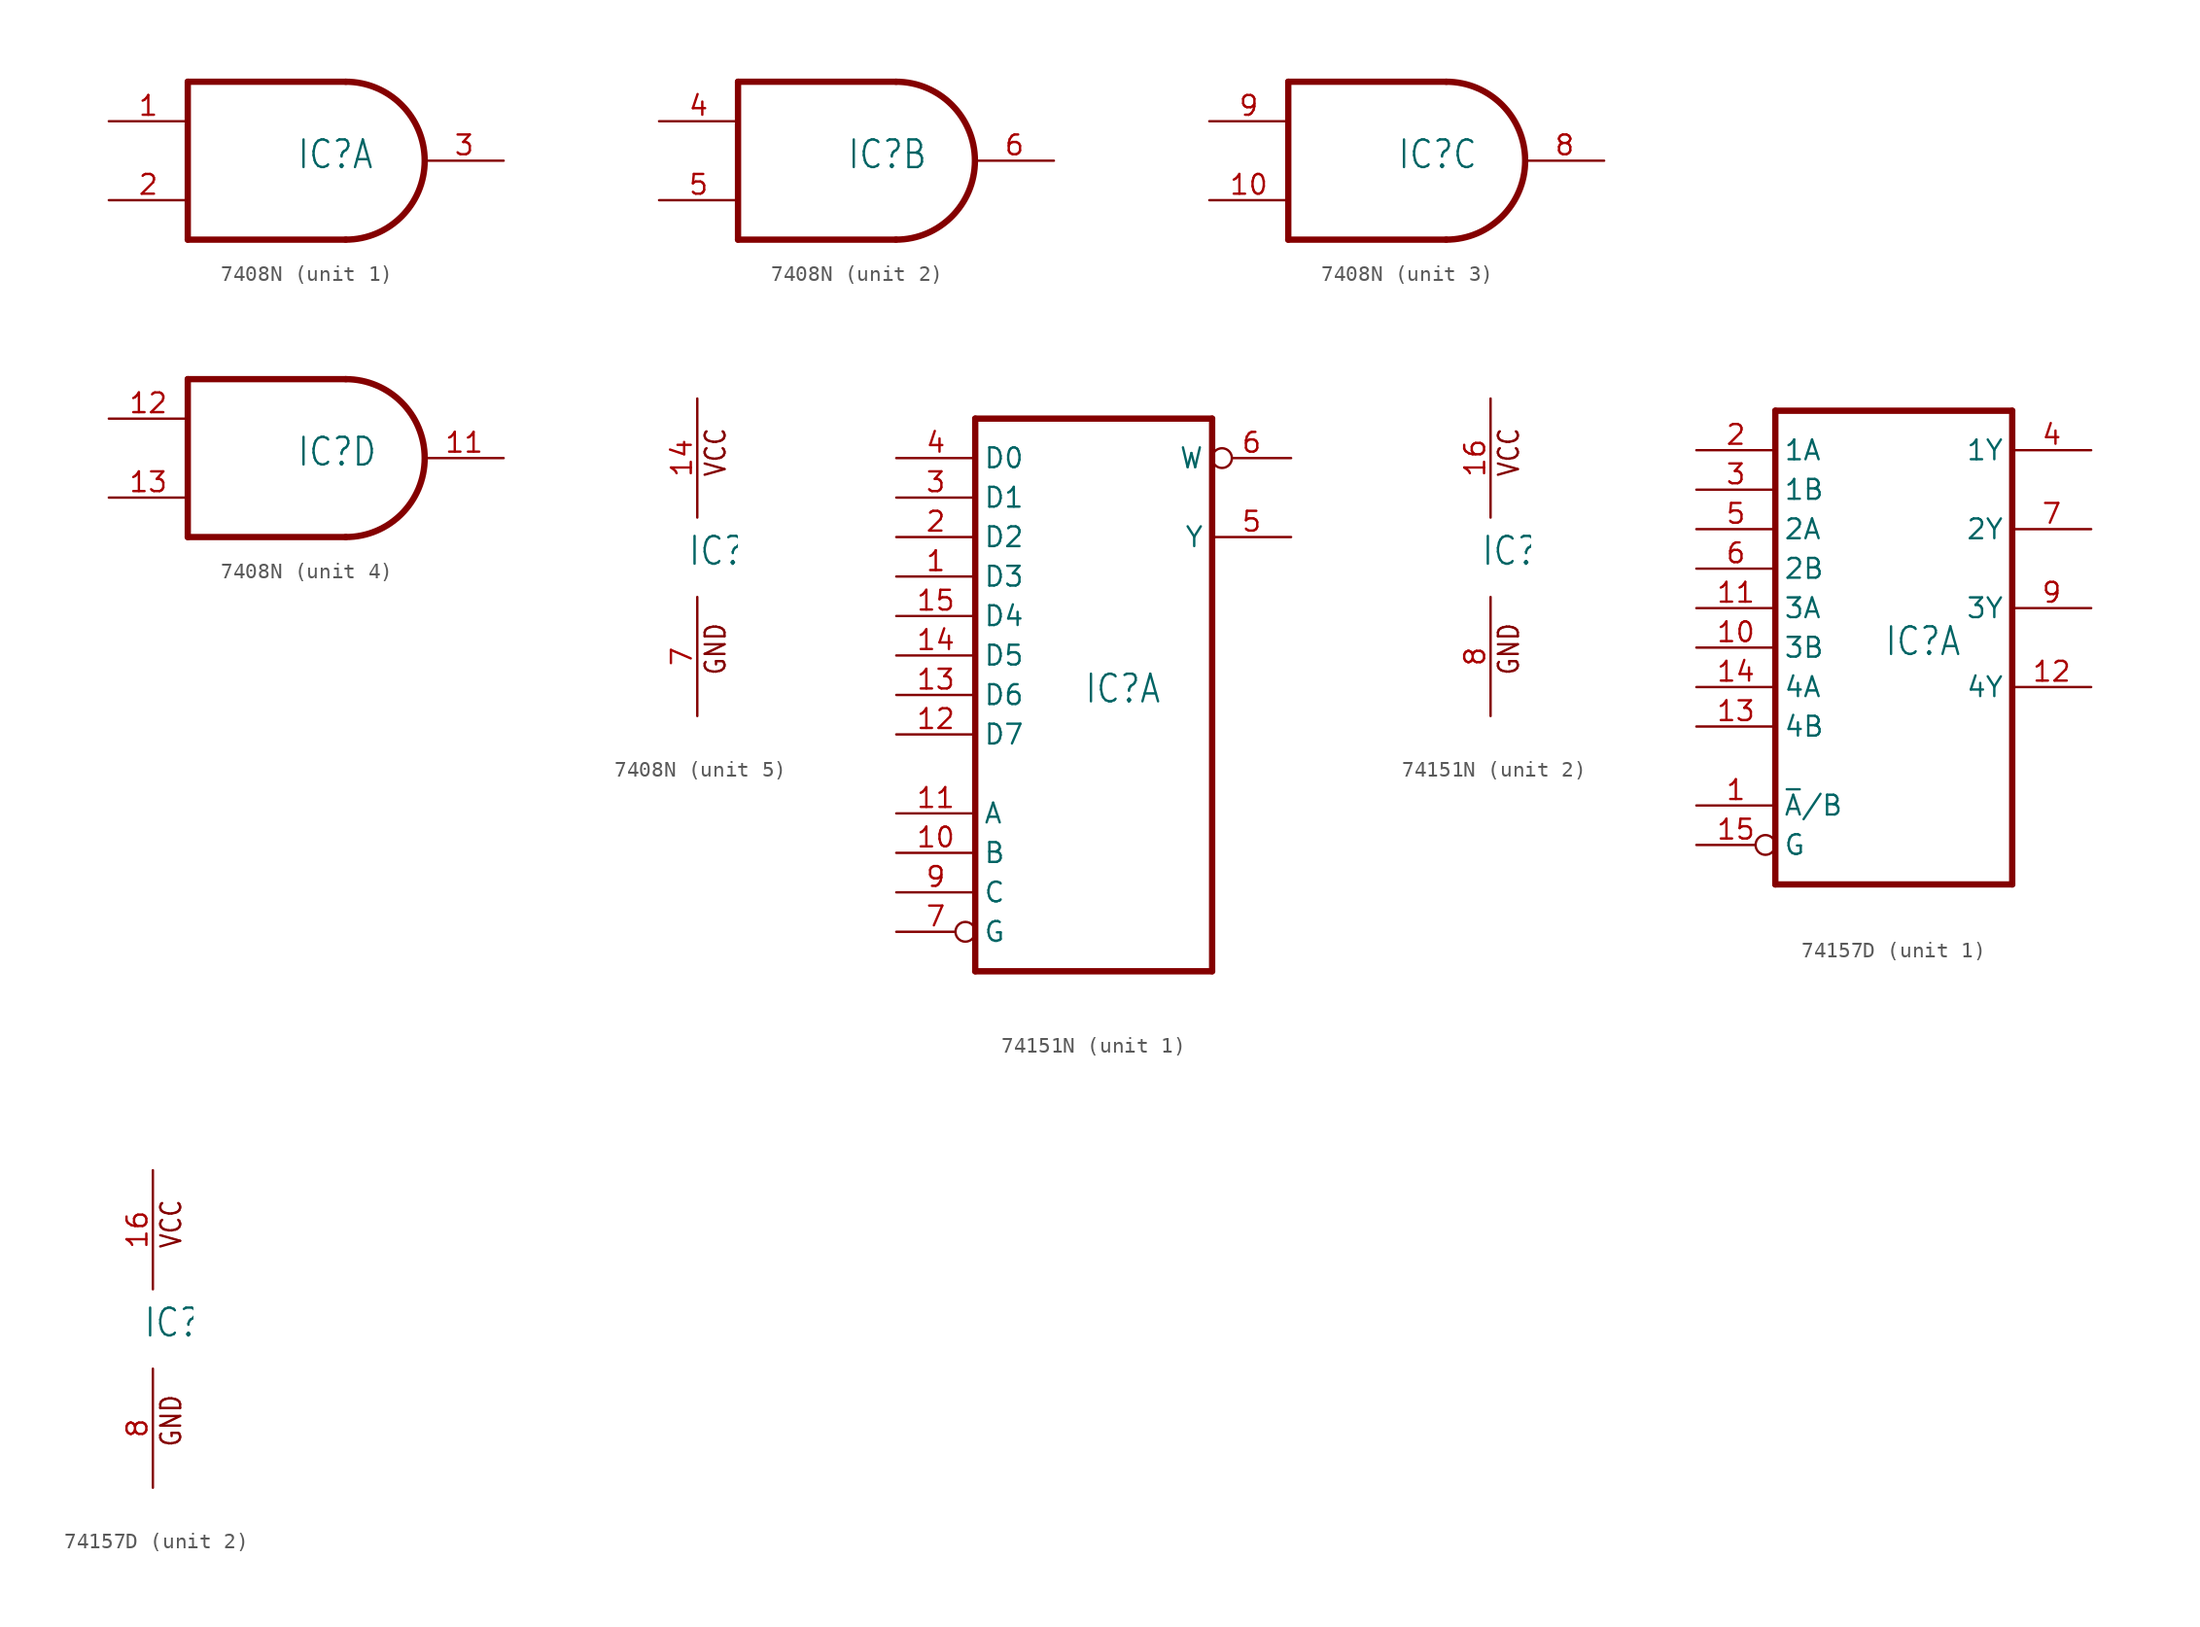
<source format=kicad_sym>
(kicad_symbol_lib
  (version 20231120)
  (generator "kicad_symbol_editor")
  (generator_version "8.0")
  (symbol "7408N"
    (property "Reference" "IC"
      (at -0.635 -0.635 0)
      (effects (font (size 1.778 1.511)) (justify left bottom)))
    (property "ki_locked" ""
      (at 0 0 0)
      (effects (font (size 1.27 1.27))))
    (symbol "7408N_1_0"
      (polyline (pts (xy -7.62 -5.08) (xy 2.54 -5.08)) (stroke (width 0.406) (type solid)) (fill (type none)))
      (polyline (pts (xy -7.62 5.08) (xy -7.62 -5.08)) (stroke (width 0.406) (type solid)) (fill (type none)))
      (polyline (pts (xy 2.54 5.08) (xy -7.62 5.08)) (stroke (width 0.406) (type solid)) (fill (type none)))
      (arc (start 2.5398 -5.08) (mid 7.5977 -0.0001) (end 2.54 5.08) (stroke (width 0.4064) (type solid)) (fill (type none)))
      (pin input line (at -12.7 2.54 0) (length 5.08) (name "I0" (effects (font (size 0 0)))) (number "1" (effects (font (size 1.27 1.27)))))
      (pin input line (at -12.7 -2.54 0) (length 5.08) (name "I1" (effects (font (size 0 0)))) (number "2" (effects (font (size 1.27 1.27)))))
      (pin output line (at 12.7 0 180) (length 5.08) (name "O" (effects (font (size 0 0)))) (number "3" (effects (font (size 1.27 1.27))))))
    (symbol "7408N_2_0"
      (polyline (pts (xy -7.62 -5.08) (xy 2.54 -5.08)) (stroke (width 0.406) (type solid)) (fill (type none)))
      (polyline (pts (xy -7.62 5.08) (xy -7.62 -5.08)) (stroke (width 0.406) (type solid)) (fill (type none)))
      (polyline (pts (xy 2.54 5.08) (xy -7.62 5.08)) (stroke (width 0.406) (type solid)) (fill (type none)))
      (arc (start 2.5398 -5.08) (mid 7.5977 -0.0001) (end 2.54 5.08) (stroke (width 0.4064) (type solid)) (fill (type none)))
      (pin input line (at -12.7 2.54 0) (length 5.08) (name "I0" (effects (font (size 0 0)))) (number "4" (effects (font (size 1.27 1.27)))))
      (pin input line (at -12.7 -2.54 0) (length 5.08) (name "I1" (effects (font (size 0 0)))) (number "5" (effects (font (size 1.27 1.27)))))
      (pin output line (at 12.7 0 180) (length 5.08) (name "O" (effects (font (size 0 0)))) (number "6" (effects (font (size 1.27 1.27))))))
    (symbol "7408N_3_0"
      (polyline (pts (xy -7.62 -5.08) (xy 2.54 -5.08)) (stroke (width 0.406) (type solid)) (fill (type none)))
      (polyline (pts (xy -7.62 5.08) (xy -7.62 -5.08)) (stroke (width 0.406) (type solid)) (fill (type none)))
      (polyline (pts (xy 2.54 5.08) (xy -7.62 5.08)) (stroke (width 0.406) (type solid)) (fill (type none)))
      (arc (start 2.5398 -5.08) (mid 7.5977 -0.0001) (end 2.54 5.08) (stroke (width 0.4064) (type solid)) (fill (type none)))
      (pin input line (at -12.7 -2.54 0) (length 5.08) (name "I1" (effects (font (size 0 0)))) (number "10" (effects (font (size 1.27 1.27)))))
      (pin output line (at 12.7 0 180) (length 5.08) (name "O" (effects (font (size 0 0)))) (number "8" (effects (font (size 1.27 1.27)))))
      (pin input line (at -12.7 2.54 0) (length 5.08) (name "I0" (effects (font (size 0 0)))) (number "9" (effects (font (size 1.27 1.27))))))
    (symbol "7408N_4_0"
      (polyline (pts (xy -7.62 -5.08) (xy 2.54 -5.08)) (stroke (width 0.406) (type solid)) (fill (type none)))
      (polyline (pts (xy -7.62 5.08) (xy -7.62 -5.08)) (stroke (width 0.406) (type solid)) (fill (type none)))
      (polyline (pts (xy 2.54 5.08) (xy -7.62 5.08)) (stroke (width 0.406) (type solid)) (fill (type none)))
      (arc (start 2.5398 -5.08) (mid 7.5977 -0.0001) (end 2.54 5.08) (stroke (width 0.4064) (type solid)) (fill (type none)))
      (pin output line (at 12.7 0 180) (length 5.08) (name "O" (effects (font (size 0 0)))) (number "11" (effects (font (size 1.27 1.27)))))
      (pin input line (at -12.7 2.54 0) (length 5.08) (name "I0" (effects (font (size 0 0)))) (number "12" (effects (font (size 1.27 1.27)))))
      (pin input line (at -12.7 -2.54 0) (length 5.08) (name "I1" (effects (font (size 0 0)))) (number "13" (effects (font (size 1.27 1.27))))))
    (symbol "7408N_5_0"
      (text "GND" (at 1.905 -7.62 900) (effects (font (size 1.27 1.079)) (justify left bottom)))
      (text "VCC" (at 1.905 5.08 900) (effects (font (size 1.27 1.079)) (justify left bottom)))
      (pin power_in line (at 0 10.16 270) (length 7.62) (name "VCC" (effects (font (size 0 0)))) (number "14" (effects (font (size 1.27 1.27)))))
      (pin power_in line (at 0 -10.16 90) (length 7.62) (name "GND" (effects (font (size 0 0)))) (number "7" (effects (font (size 1.27 1.27)))))))
  (symbol "74151N"
    (property "Reference" "IC"
      (at -0.635 -0.635 0)
      (effects (font (size 1.778 1.511)) (justify left bottom)))
    (property "ki_locked" ""
      (at 0 0 0)
      (effects (font (size 1.27 1.27))))
    (symbol "74151N_1_0"
      (polyline (pts (xy -7.62 -17.78) (xy 7.62 -17.78)) (stroke (width 0.406) (type solid)) (fill (type none)))
      (polyline (pts (xy -7.62 17.78) (xy -7.62 -17.78)) (stroke (width 0.406) (type solid)) (fill (type none)))
      (polyline (pts (xy 7.62 -17.78) (xy 7.62 17.78)) (stroke (width 0.406) (type solid)) (fill (type none)))
      (polyline (pts (xy 7.62 17.78) (xy -7.62 17.78)) (stroke (width 0.406) (type solid)) (fill (type none)))
      (pin input line (at -12.7 7.62 0) (length 5.08) (name "D3" (effects (font (size 1.27 1.27)))) (number "1" (effects (font (size 1.27 1.27)))))
      (pin input line (at -12.7 -10.16 0) (length 5.08) (name "B" (effects (font (size 1.27 1.27)))) (number "10" (effects (font (size 1.27 1.27)))))
      (pin input line (at -12.7 -7.62 0) (length 5.08) (name "A" (effects (font (size 1.27 1.27)))) (number "11" (effects (font (size 1.27 1.27)))))
      (pin input line (at -12.7 -2.54 0) (length 5.08) (name "D7" (effects (font (size 1.27 1.27)))) (number "12" (effects (font (size 1.27 1.27)))))
      (pin input line (at -12.7 0 0) (length 5.08) (name "D6" (effects (font (size 1.27 1.27)))) (number "13" (effects (font (size 1.27 1.27)))))
      (pin input line (at -12.7 2.54 0) (length 5.08) (name "D5" (effects (font (size 1.27 1.27)))) (number "14" (effects (font (size 1.27 1.27)))))
      (pin input line (at -12.7 5.08 0) (length 5.08) (name "D4" (effects (font (size 1.27 1.27)))) (number "15" (effects (font (size 1.27 1.27)))))
      (pin input line (at -12.7 10.16 0) (length 5.08) (name "D2" (effects (font (size 1.27 1.27)))) (number "2" (effects (font (size 1.27 1.27)))))
      (pin input line (at -12.7 12.7 0) (length 5.08) (name "D1" (effects (font (size 1.27 1.27)))) (number "3" (effects (font (size 1.27 1.27)))))
      (pin input line (at -12.7 15.24 0) (length 5.08) (name "D0" (effects (font (size 1.27 1.27)))) (number "4" (effects (font (size 1.27 1.27)))))
      (pin output line (at 12.7 10.16 180) (length 5.08) (name "Y" (effects (font (size 1.27 1.27)))) (number "5" (effects (font (size 1.27 1.27)))))
      (pin output inverted (at 12.7 15.24 180) (length 5.08) (name "W" (effects (font (size 1.27 1.27)))) (number "6" (effects (font (size 1.27 1.27)))))
      (pin input inverted (at -12.7 -15.24 0) (length 5.08) (name "G" (effects (font (size 1.27 1.27)))) (number "7" (effects (font (size 1.27 1.27)))))
      (pin input line (at -12.7 -12.7 0) (length 5.08) (name "C" (effects (font (size 1.27 1.27)))) (number "9" (effects (font (size 1.27 1.27))))))
    (symbol "74151N_2_0"
      (text "GND" (at 1.905 -7.62 900) (effects (font (size 1.27 1.079)) (justify left bottom)))
      (text "VCC" (at 1.905 5.08 900) (effects (font (size 1.27 1.079)) (justify left bottom)))
      (pin power_in line (at 0 10.16 270) (length 7.62) (name "VCC" (effects (font (size 0 0)))) (number "16" (effects (font (size 1.27 1.27)))))
      (pin power_in line (at 0 -10.16 90) (length 7.62) (name "GND" (effects (font (size 0 0)))) (number "8" (effects (font (size 1.27 1.27)))))))
  (symbol "74157D"
    (property "Reference" "IC"
      (at -0.635 -0.635 0)
      (effects (font (size 1.778 1.511)) (justify left bottom)))
    (property "ki_locked" ""
      (at 0 0 0)
      (effects (font (size 1.27 1.27))))
    (symbol "74157D_1_0"
      (polyline (pts (xy -7.62 -15.24) (xy 7.62 -15.24)) (stroke (width 0.406) (type solid)) (fill (type none)))
      (polyline (pts (xy -7.62 15.24) (xy -7.62 -15.24)) (stroke (width 0.406) (type solid)) (fill (type none)))
      (polyline (pts (xy 7.62 -15.24) (xy 7.62 15.24)) (stroke (width 0.406) (type solid)) (fill (type none)))
      (polyline (pts (xy 7.62 15.24) (xy -7.62 15.24)) (stroke (width 0.406) (type solid)) (fill (type none)))
      (pin input line (at -12.7 -10.16 0) (length 5.08) (name "~{A}/B" (effects (font (size 1.27 1.27)))) (number "1" (effects (font (size 1.27 1.27)))))
      (pin input line (at -12.7 0 0) (length 5.08) (name "3B" (effects (font (size 1.27 1.27)))) (number "10" (effects (font (size 1.27 1.27)))))
      (pin input line (at -12.7 2.54 0) (length 5.08) (name "3A" (effects (font (size 1.27 1.27)))) (number "11" (effects (font (size 1.27 1.27)))))
      (pin output line (at 12.7 -2.54 180) (length 5.08) (name "4Y" (effects (font (size 1.27 1.27)))) (number "12" (effects (font (size 1.27 1.27)))))
      (pin input line (at -12.7 -5.08 0) (length 5.08) (name "4B" (effects (font (size 1.27 1.27)))) (number "13" (effects (font (size 1.27 1.27)))))
      (pin input line (at -12.7 -2.54 0) (length 5.08) (name "4A" (effects (font (size 1.27 1.27)))) (number "14" (effects (font (size 1.27 1.27)))))
      (pin input inverted (at -12.7 -12.7 0) (length 5.08) (name "G" (effects (font (size 1.27 1.27)))) (number "15" (effects (font (size 1.27 1.27)))))
      (pin input line (at -12.7 12.7 0) (length 5.08) (name "1A" (effects (font (size 1.27 1.27)))) (number "2" (effects (font (size 1.27 1.27)))))
      (pin input line (at -12.7 10.16 0) (length 5.08) (name "1B" (effects (font (size 1.27 1.27)))) (number "3" (effects (font (size 1.27 1.27)))))
      (pin output line (at 12.7 12.7 180) (length 5.08) (name "1Y" (effects (font (size 1.27 1.27)))) (number "4" (effects (font (size 1.27 1.27)))))
      (pin input line (at -12.7 7.62 0) (length 5.08) (name "2A" (effects (font (size 1.27 1.27)))) (number "5" (effects (font (size 1.27 1.27)))))
      (pin input line (at -12.7 5.08 0) (length 5.08) (name "2B" (effects (font (size 1.27 1.27)))) (number "6" (effects (font (size 1.27 1.27)))))
      (pin output line (at 12.7 7.62 180) (length 5.08) (name "2Y" (effects (font (size 1.27 1.27)))) (number "7" (effects (font (size 1.27 1.27)))))
      (pin output line (at 12.7 2.54 180) (length 5.08) (name "3Y" (effects (font (size 1.27 1.27)))) (number "9" (effects (font (size 1.27 1.27))))))
    (symbol "74157D_2_0"
      (text "GND" (at 1.905 -7.62 900) (effects (font (size 1.27 1.079)) (justify left bottom)))
      (text "VCC" (at 1.905 5.08 900) (effects (font (size 1.27 1.079)) (justify left bottom)))
      (pin power_in line (at 0 10.16 270) (length 7.62) (name "VCC" (effects (font (size 0 0)))) (number "16" (effects (font (size 1.27 1.27)))))
      (pin power_in line (at 0 -10.16 90) (length 7.62) (name "GND" (effects (font (size 0 0)))) (number "8" (effects (font (size 1.27 1.27))))))))
</source>
